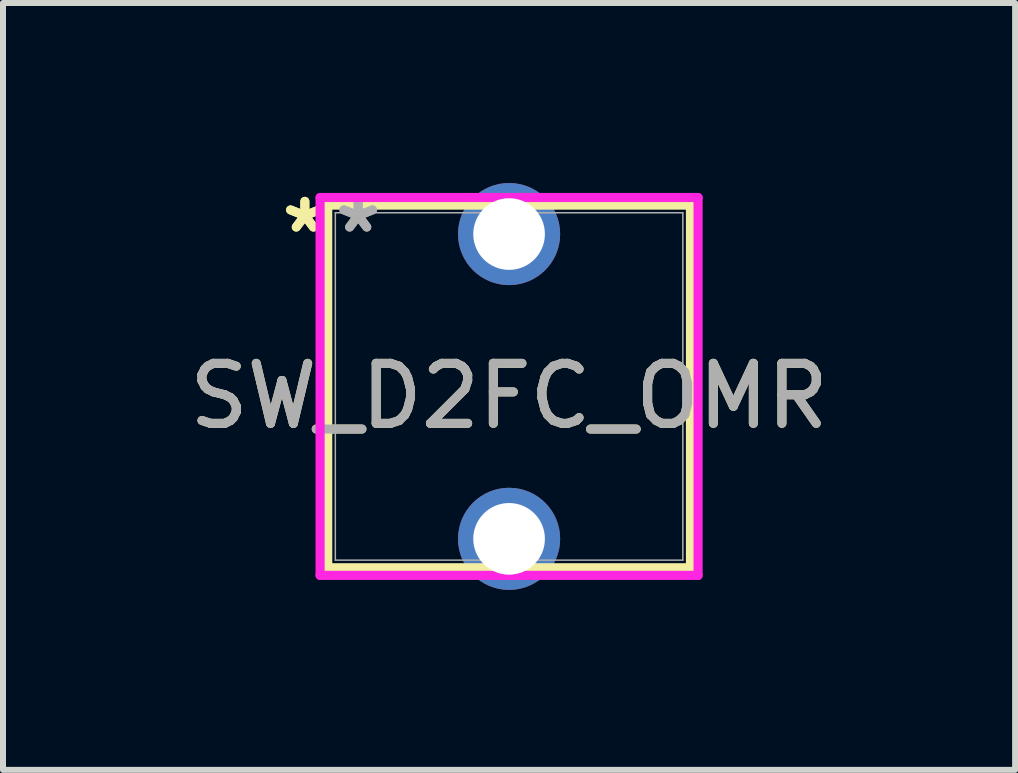
<source format=kicad_pcb>
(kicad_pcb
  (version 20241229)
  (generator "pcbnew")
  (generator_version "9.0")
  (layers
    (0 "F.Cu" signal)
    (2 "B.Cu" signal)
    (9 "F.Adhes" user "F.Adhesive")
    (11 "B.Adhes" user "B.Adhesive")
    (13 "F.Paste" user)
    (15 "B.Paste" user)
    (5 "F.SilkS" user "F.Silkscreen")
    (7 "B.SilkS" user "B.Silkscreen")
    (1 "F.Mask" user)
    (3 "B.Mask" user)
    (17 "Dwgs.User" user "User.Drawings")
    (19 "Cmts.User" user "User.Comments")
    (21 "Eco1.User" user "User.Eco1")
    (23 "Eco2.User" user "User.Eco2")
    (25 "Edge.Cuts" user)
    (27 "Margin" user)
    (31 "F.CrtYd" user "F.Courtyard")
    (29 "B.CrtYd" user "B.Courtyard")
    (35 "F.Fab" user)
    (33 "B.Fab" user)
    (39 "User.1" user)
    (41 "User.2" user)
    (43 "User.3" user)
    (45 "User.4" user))
  (footprint "SW_D2FC_OMR"
    (layer "F.Cu")
    (at 5.435 0.851)
    (property "Reference" "SW_D2FC_OMR" (at 0 2.7 0) (unlocked yes) (layer "F.SilkS") (effects (font (size 1 1) (thickness 0.15))))
    (attr through_hole)
    (fp_line (start -3.023 -0.482) (end -3.023 5.562) (stroke (width 0.152) (type solid)) (layer "F.SilkS"))
    (fp_line (start -3.023 5.562) (end 3.023 5.562) (stroke (width 0.152) (type solid)) (layer "F.SilkS"))
    (fp_line (start 3.023 -0.482) (end -3.023 -0.482) (stroke (width 0.152) (type solid)) (layer "F.SilkS"))
    (fp_line (start 3.023 5.562) (end 3.023 -0.482) (stroke (width 0.152) (type solid)) (layer "F.SilkS"))
    (fp_line (start -3.15 -0.609) (end -3.15 5.689) (stroke (width 0.152) (type solid)) (layer "F.CrtYd"))
    (fp_line (start -3.15 5.689) (end 3.15 5.689) (stroke (width 0.152) (type solid)) (layer "F.CrtYd"))
    (fp_line (start 3.15 -0.609) (end -3.15 -0.609) (stroke (width 0.152) (type solid)) (layer "F.CrtYd"))
    (fp_line (start 3.15 5.689) (end 3.15 -0.609) (stroke (width 0.152) (type solid)) (layer "F.CrtYd"))
    (fp_line (start -2.896 -0.355) (end -2.896 5.435) (stroke (width 0.025) (type solid)) (layer "F.Fab"))
    (fp_line (start -2.896 5.435) (end 2.896 5.435) (stroke (width 0.025) (type solid)) (layer "F.Fab"))
    (fp_line (start 2.896 -0.355) (end -2.896 -0.355) (stroke (width 0.025) (type solid)) (layer "F.Fab"))
    (fp_line (start 2.896 5.435) (end 2.896 -0.355) (stroke (width 0.025) (type solid)) (layer "F.Fab"))
    (fp_text user "*" (at -3.404 0 0) (layer "F.SilkS") (effects (font (size 1 1) (thickness 0.15))))
    (fp_text user "*" (at -3.404 0 0) (unlocked yes) (layer "F.SilkS") (effects (font (size 1 1) (thickness 0.15))))
    (fp_text user "${REFERENCE}" (at 0 2.7 0) (unlocked yes) (layer "F.Fab") (effects (font (size 1 1) (thickness 0.15))))
    (fp_text user "*" (at -2.515 0 0) (layer "F.Fab") (effects (font (size 1 1) (thickness 0.15))))
    (fp_text user "*" (at -2.515 0 0) (unlocked yes) (layer "F.Fab") (effects (font (size 1 1) (thickness 0.15))))
    (pad "1" thru_hole circle (at 0 0) (size 1.702 1.702) (drill 1.194) (layers "*.Cu" "*.Mask"))
    (pad "2" thru_hole circle (at 0 5.08) (size 1.702 1.702) (drill 1.194) (layers "*.Cu" "*.Mask")))
  (gr_rect
    (start -3 -3)
    (end 13.869 9.782)
    (stroke (width 0.1) (type default))
    (fill no)
    (layer "Edge.Cuts")))
</source>
